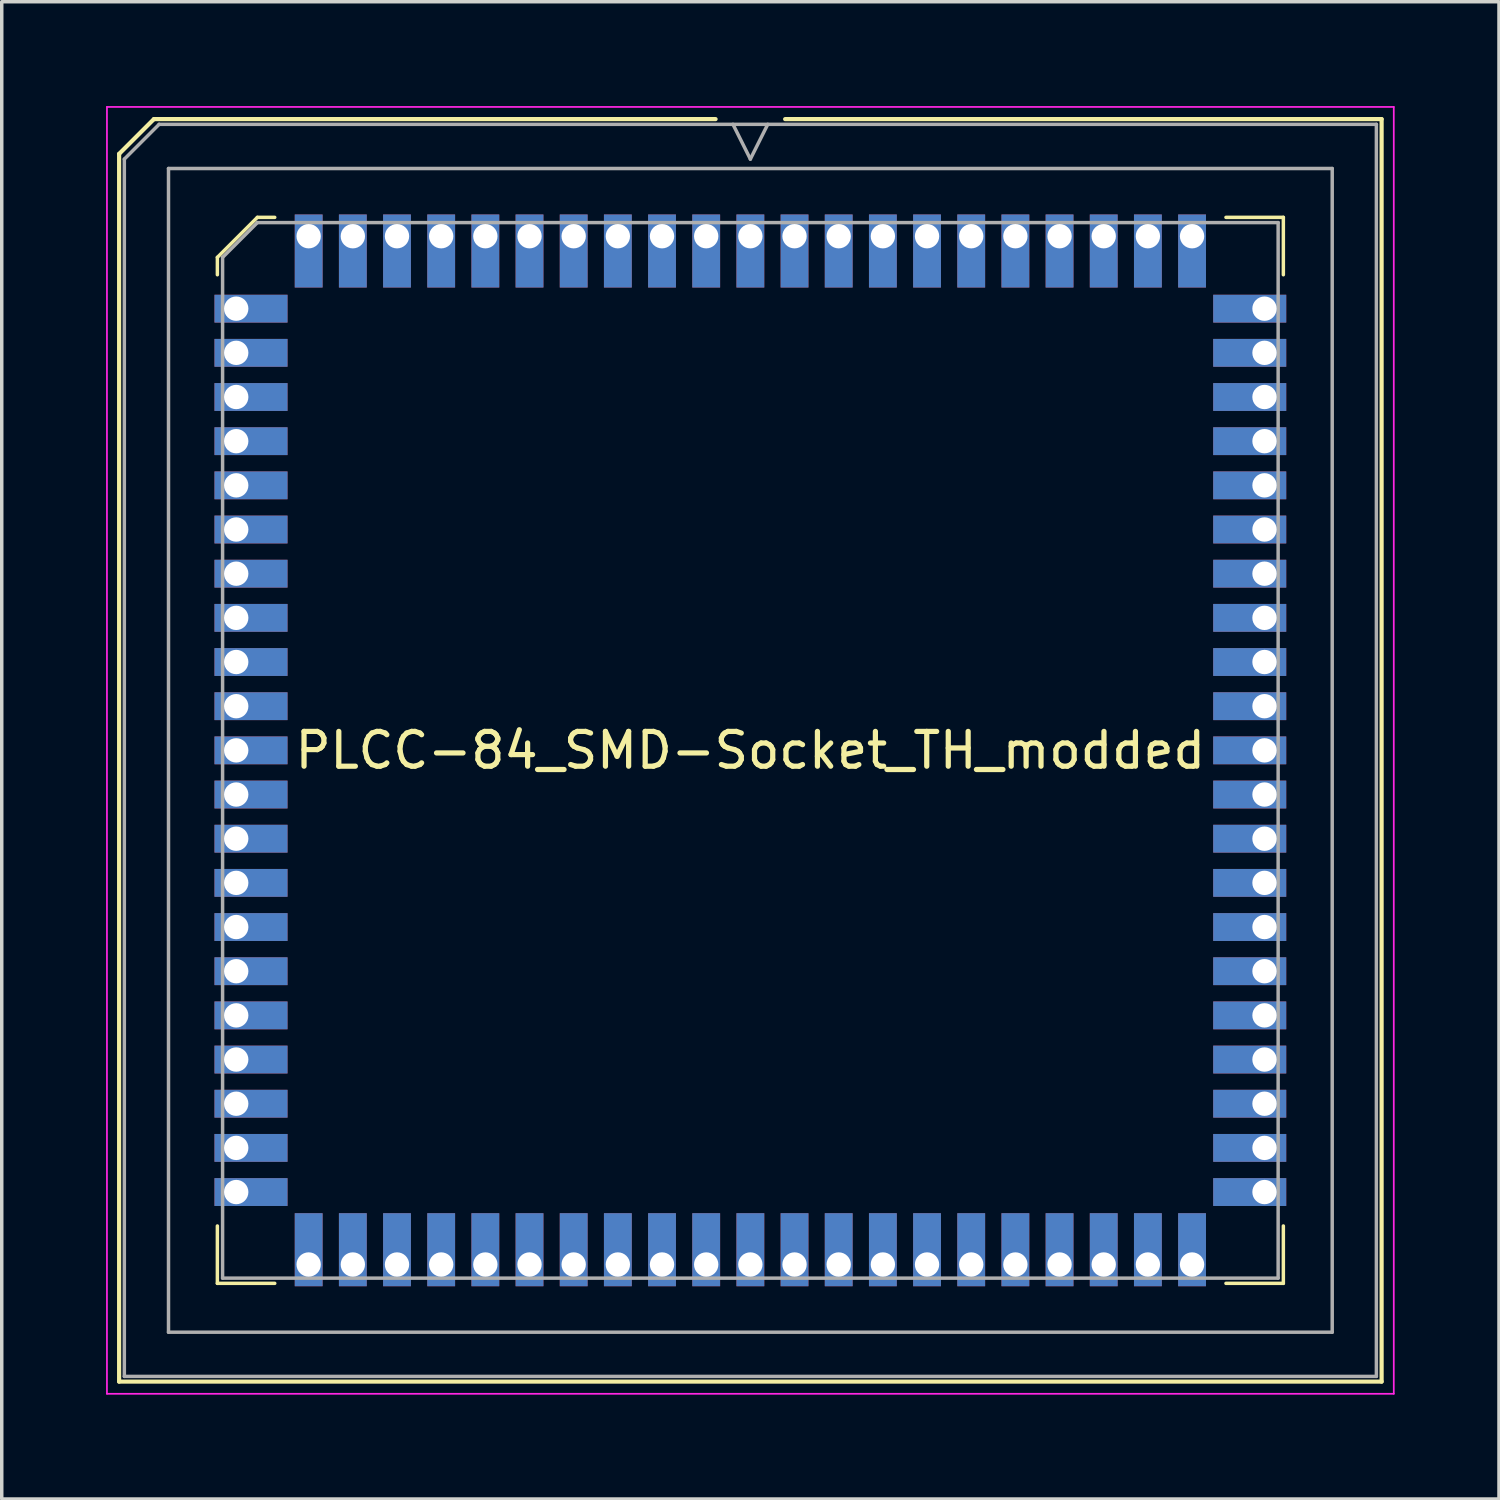
<source format=kicad_pcb>
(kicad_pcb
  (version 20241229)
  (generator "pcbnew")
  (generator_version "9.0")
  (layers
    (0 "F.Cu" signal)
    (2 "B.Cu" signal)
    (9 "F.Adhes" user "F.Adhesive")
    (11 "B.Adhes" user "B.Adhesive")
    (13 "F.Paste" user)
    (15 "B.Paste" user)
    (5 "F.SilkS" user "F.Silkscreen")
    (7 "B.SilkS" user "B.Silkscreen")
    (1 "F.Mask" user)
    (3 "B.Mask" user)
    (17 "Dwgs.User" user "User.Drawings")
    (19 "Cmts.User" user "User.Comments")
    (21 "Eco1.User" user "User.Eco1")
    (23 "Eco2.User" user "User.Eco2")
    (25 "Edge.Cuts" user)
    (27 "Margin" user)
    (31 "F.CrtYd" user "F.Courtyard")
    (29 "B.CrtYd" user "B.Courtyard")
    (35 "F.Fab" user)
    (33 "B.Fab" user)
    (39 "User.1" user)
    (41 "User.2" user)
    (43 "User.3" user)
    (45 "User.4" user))
  (footprint "PLCC-84_SMD-Socket_TH_modded"
    (layer "F.Cu")
    (at 18.525 18.525)
    (property "Reference" "PLCC-84_SMD-Socket_TH_modded" (at 0 0 0) (unlocked yes) (layer "F.SilkS") (effects (font (size 1 1) (thickness 0.15))))
    (attr smd)
    (fp_line (start -18.15 -17.15) (end -18.15 18.15) (stroke (width 0.12) (type solid)) (layer "F.SilkS"))
    (fp_line (start -18.15 18.15) (end 18.15 18.15) (stroke (width 0.12) (type solid)) (layer "F.SilkS"))
    (fp_line (start -17.15 -18.15) (end -18.15 -17.15) (stroke (width 0.12) (type solid)) (layer "F.SilkS"))
    (fp_line (start -15.325 -14.175) (end -15.325 -13.675) (stroke (width 0.1) (type solid)) (layer "F.SilkS"))
    (fp_line (start -15.325 15.325) (end -15.325 13.675) (stroke (width 0.1) (type solid)) (layer "F.SilkS"))
    (fp_line (start -14.175 -15.325) (end -15.325 -14.175) (stroke (width 0.1) (type solid)) (layer "F.SilkS"))
    (fp_line (start -13.675 -15.325) (end -14.175 -15.325) (stroke (width 0.1) (type solid)) (layer "F.SilkS"))
    (fp_line (start -13.675 15.325) (end -15.325 15.325) (stroke (width 0.1) (type solid)) (layer "F.SilkS"))
    (fp_line (start -1 -18.15) (end -17.15 -18.15) (stroke (width 0.12) (type solid)) (layer "F.SilkS"))
    (fp_line (start 13.675 -15.325) (end 15.325 -15.325) (stroke (width 0.1) (type solid)) (layer "F.SilkS"))
    (fp_line (start 13.675 15.325) (end 15.325 15.325) (stroke (width 0.1) (type solid)) (layer "F.SilkS"))
    (fp_line (start 15.325 -15.325) (end 15.325 -13.675) (stroke (width 0.1) (type solid)) (layer "F.SilkS"))
    (fp_line (start 15.325 15.325) (end 15.325 13.675) (stroke (width 0.1) (type solid)) (layer "F.SilkS"))
    (fp_line (start 18.15 -18.15) (end 1 -18.15) (stroke (width 0.12) (type solid)) (layer "F.SilkS"))
    (fp_line (start 18.15 18.15) (end 18.15 -18.15) (stroke (width 0.12) (type solid)) (layer "F.SilkS"))
    (fp_line (start -18.5 -18.5) (end -18.5 18.5) (stroke (width 0.05) (type solid)) (layer "F.CrtYd"))
    (fp_line (start -18.5 18.5) (end 18.5 18.5) (stroke (width 0.05) (type solid)) (layer "F.CrtYd"))
    (fp_line (start 18.5 -18.5) (end -18.5 -18.5) (stroke (width 0.05) (type solid)) (layer "F.CrtYd"))
    (fp_line (start 18.5 18.5) (end 18.5 -18.5) (stroke (width 0.05) (type solid)) (layer "F.CrtYd"))
    (fp_line (start -18 -17) (end -18 18) (stroke (width 0.1) (type solid)) (layer "F.Fab"))
    (fp_line (start -18 18) (end 18 18) (stroke (width 0.1) (type solid)) (layer "F.Fab"))
    (fp_line (start -17 -18) (end -18 -17) (stroke (width 0.1) (type solid)) (layer "F.Fab"))
    (fp_line (start -16.73 -16.73) (end -16.73 16.73) (stroke (width 0.1) (type solid)) (layer "F.Fab"))
    (fp_line (start -16.73 16.73) (end 16.73 16.73) (stroke (width 0.1) (type solid)) (layer "F.Fab"))
    (fp_line (start -15.175 -14.175) (end -15.175 15.175) (stroke (width 0.1) (type solid)) (layer "F.Fab"))
    (fp_line (start -15.175 15.175) (end 15.175 15.175) (stroke (width 0.1) (type solid)) (layer "F.Fab"))
    (fp_line (start -14.175 -15.175) (end -15.175 -14.175) (stroke (width 0.1) (type solid)) (layer "F.Fab"))
    (fp_line (start -0.5 -18) (end 0 -17) (stroke (width 0.1) (type solid)) (layer "F.Fab"))
    (fp_line (start 0 -17) (end 0.5 -18) (stroke (width 0.1) (type solid)) (layer "F.Fab"))
    (fp_line (start 15.175 -15.175) (end -14.175 -15.175) (stroke (width 0.1) (type solid)) (layer "F.Fab"))
    (fp_line (start 15.175 15.175) (end 15.175 -15.175) (stroke (width 0.1) (type solid)) (layer "F.Fab"))
    (fp_line (start 16.73 -16.73) (end -16.73 -16.73) (stroke (width 0.1) (type solid)) (layer "F.Fab"))
    (fp_line (start 16.73 16.73) (end 16.73 -16.73) (stroke (width 0.1) (type solid)) (layer "F.Fab"))
    (fp_line (start 18 -18) (end -17 -18) (stroke (width 0.1) (type solid)) (layer "F.Fab"))
    (fp_line (start 18 18) (end 18 -18) (stroke (width 0.1) (type solid)) (layer "F.Fab"))
    (pad "1" thru_hole rect (at 0 -14.783) (size 0.8 2.1) (drill 0.7 (offset 0 0.425)) (layers "*.Cu" "*.Mask"))
    (pad "2" thru_hole rect (at -1.27 -14.783) (size 0.8 2.1) (drill 0.7 (offset 0 0.425)) (layers "*.Cu" "*.Mask"))
    (pad "3" thru_hole rect (at -2.54 -14.783) (size 0.8 2.1) (drill 0.7 (offset 0 0.425)) (layers "*.Cu" "*.Mask"))
    (pad "4" thru_hole rect (at -3.81 -14.783) (size 0.8 2.1) (drill 0.7 (offset 0 0.425)) (layers "*.Cu" "*.Mask"))
    (pad "5" thru_hole rect (at -5.08 -14.783) (size 0.8 2.1) (drill 0.7 (offset 0 0.425)) (layers "*.Cu" "*.Mask"))
    (pad "6" thru_hole rect (at -6.35 -14.783) (size 0.8 2.1) (drill 0.7 (offset 0 0.425)) (layers "*.Cu" "*.Mask"))
    (pad "7" thru_hole rect (at -7.62 -14.783) (size 0.8 2.1) (drill 0.7 (offset 0 0.425)) (layers "*.Cu" "*.Mask"))
    (pad "8" thru_hole rect (at -8.89 -14.783) (size 0.8 2.1) (drill 0.7 (offset 0 0.425)) (layers "*.Cu" "*.Mask"))
    (pad "9" thru_hole rect (at -10.16 -14.783) (size 0.8 2.1) (drill 0.7 (offset 0 0.425)) (layers "*.Cu" "*.Mask"))
    (pad "10" thru_hole rect (at -11.43 -14.783) (size 0.8 2.1) (drill 0.7 (offset 0 0.425)) (layers "*.Cu" "*.Mask"))
    (pad "11" thru_hole rect (at -12.7 -14.783) (size 0.8 2.1) (drill 0.7 (offset 0 0.425)) (layers "*.Cu" "*.Mask"))
    (pad "12" thru_hole rect (at -14.783 -12.7) (size 2.1 0.8) (drill 0.7 (offset 0.425 0)) (layers "*.Cu" "*.Mask"))
    (pad "13" thru_hole rect (at -14.783 -11.43) (size 2.1 0.8) (drill 0.7 (offset 0.425 0)) (layers "*.Cu" "*.Mask"))
    (pad "14" thru_hole rect (at -14.783 -10.16) (size 2.1 0.8) (drill 0.7 (offset 0.425 0)) (layers "*.Cu" "*.Mask"))
    (pad "15" thru_hole rect (at -14.783 -8.89) (size 2.1 0.8) (drill 0.7 (offset 0.425 0)) (layers "*.Cu" "*.Mask"))
    (pad "16" thru_hole rect (at -14.783 -7.62) (size 2.1 0.8) (drill 0.7 (offset 0.425 0)) (layers "*.Cu" "*.Mask"))
    (pad "17" thru_hole rect (at -14.783 -6.35) (size 2.1 0.8) (drill 0.7 (offset 0.425 0)) (layers "*.Cu" "*.Mask"))
    (pad "18" thru_hole rect (at -14.783 -5.08) (size 2.1 0.8) (drill 0.7 (offset 0.425 0)) (layers "*.Cu" "*.Mask"))
    (pad "19" thru_hole rect (at -14.783 -3.81) (size 2.1 0.8) (drill 0.7 (offset 0.425 0)) (layers "*.Cu" "*.Mask"))
    (pad "20" thru_hole rect (at -14.783 -2.54) (size 2.1 0.8) (drill 0.7 (offset 0.425 0)) (layers "*.Cu" "*.Mask"))
    (pad "21" thru_hole rect (at -14.783 -1.27) (size 2.1 0.8) (drill 0.7 (offset 0.425 0)) (layers "*.Cu" "*.Mask"))
    (pad "22" thru_hole rect (at -14.783 0) (size 2.1 0.8) (drill 0.7 (offset 0.425 0)) (layers "*.Cu" "*.Mask"))
    (pad "23" thru_hole rect (at -14.783 1.27) (size 2.1 0.8) (drill 0.7 (offset 0.425 0)) (layers "*.Cu" "*.Mask"))
    (pad "24" thru_hole rect (at -14.783 2.54) (size 2.1 0.8) (drill 0.7 (offset 0.425 0)) (layers "*.Cu" "*.Mask"))
    (pad "25" thru_hole rect (at -14.783 3.81) (size 2.1 0.8) (drill 0.7 (offset 0.425 0)) (layers "*.Cu" "*.Mask"))
    (pad "26" thru_hole rect (at -14.783 5.08) (size 2.1 0.8) (drill 0.7 (offset 0.425 0)) (layers "*.Cu" "*.Mask"))
    (pad "27" thru_hole rect (at -14.783 6.35) (size 2.1 0.8) (drill 0.7 (offset 0.425 0)) (layers "*.Cu" "*.Mask"))
    (pad "28" thru_hole rect (at -14.783 7.62) (size 2.1 0.8) (drill 0.7 (offset 0.425 0)) (layers "*.Cu" "*.Mask"))
    (pad "29" thru_hole rect (at -14.783 8.89) (size 2.1 0.8) (drill 0.7 (offset 0.425 0)) (layers "*.Cu" "*.Mask"))
    (pad "30" thru_hole rect (at -14.783 10.16) (size 2.1 0.8) (drill 0.7 (offset 0.425 0)) (layers "*.Cu" "*.Mask"))
    (pad "31" thru_hole rect (at -14.783 11.43) (size 2.1 0.8) (drill 0.7 (offset 0.425 0)) (layers "*.Cu" "*.Mask"))
    (pad "32" thru_hole rect (at -14.783 12.7) (size 2.1 0.8) (drill 0.7 (offset 0.425 0)) (layers "*.Cu" "*.Mask"))
    (pad "33" thru_hole rect (at -12.7 14.783) (size 0.8 2.1) (drill 0.7 (offset 0 -0.425)) (layers "*.Cu" "*.Mask"))
    (pad "34" thru_hole rect (at -11.43 14.783) (size 0.8 2.1) (drill 0.7 (offset 0 -0.425)) (layers "*.Cu" "*.Mask"))
    (pad "35" thru_hole rect (at -10.16 14.783) (size 0.8 2.1) (drill 0.7 (offset 0 -0.425)) (layers "*.Cu" "*.Mask"))
    (pad "36" thru_hole rect (at -8.89 14.783) (size 0.8 2.1) (drill 0.7 (offset 0 -0.425)) (layers "*.Cu" "*.Mask"))
    (pad "37" thru_hole rect (at -7.62 14.783) (size 0.8 2.1) (drill 0.7 (offset 0 -0.425)) (layers "*.Cu" "*.Mask"))
    (pad "38" thru_hole rect (at -6.35 14.783) (size 0.8 2.1) (drill 0.7 (offset 0 -0.425)) (layers "*.Cu" "*.Mask"))
    (pad "39" thru_hole rect (at -5.08 14.783) (size 0.8 2.1) (drill 0.7 (offset 0 -0.425)) (layers "*.Cu" "*.Mask"))
    (pad "40" thru_hole rect (at -3.81 14.783) (size 0.8 2.1) (drill 0.7 (offset 0 -0.425)) (layers "*.Cu" "*.Mask"))
    (pad "41" thru_hole rect (at -2.54 14.783) (size 0.8 2.1) (drill 0.7 (offset 0 -0.425)) (layers "*.Cu" "*.Mask"))
    (pad "42" thru_hole rect (at -1.27 14.783) (size 0.8 2.1) (drill 0.7 (offset 0 -0.425)) (layers "*.Cu" "*.Mask"))
    (pad "43" thru_hole rect (at 0 14.783) (size 0.8 2.1) (drill 0.7 (offset 0 -0.425)) (layers "*.Cu" "*.Mask"))
    (pad "44" thru_hole rect (at 1.27 14.783) (size 0.8 2.1) (drill 0.7 (offset 0 -0.425)) (layers "*.Cu" "*.Mask"))
    (pad "45" thru_hole rect (at 2.54 14.783) (size 0.8 2.1) (drill 0.7 (offset 0 -0.425)) (layers "*.Cu" "*.Mask"))
    (pad "46" thru_hole rect (at 3.81 14.783) (size 0.8 2.1) (drill 0.7 (offset 0 -0.425)) (layers "*.Cu" "*.Mask"))
    (pad "47" thru_hole rect (at 5.08 14.783) (size 0.8 2.1) (drill 0.7 (offset 0 -0.425)) (layers "*.Cu" "*.Mask"))
    (pad "48" thru_hole rect (at 6.35 14.783) (size 0.8 2.1) (drill 0.7 (offset 0 -0.425)) (layers "*.Cu" "*.Mask"))
    (pad "49" thru_hole rect (at 7.62 14.783) (size 0.8 2.1) (drill 0.7 (offset 0 -0.425)) (layers "*.Cu" "*.Mask"))
    (pad "50" thru_hole rect (at 8.89 14.783) (size 0.8 2.1) (drill 0.7 (offset 0 -0.425)) (layers "*.Cu" "*.Mask"))
    (pad "51" thru_hole rect (at 10.16 14.783) (size 0.8 2.1) (drill 0.7 (offset 0 -0.425)) (layers "*.Cu" "*.Mask"))
    (pad "52" thru_hole rect (at 11.43 14.783) (size 0.8 2.1) (drill 0.7 (offset 0 -0.425)) (layers "*.Cu" "*.Mask"))
    (pad "53" thru_hole rect (at 12.7 14.783) (size 0.8 2.1) (drill 0.7 (offset 0 -0.425)) (layers "*.Cu" "*.Mask"))
    (pad "54" thru_hole rect (at 14.783 12.7) (size 2.1 0.8) (drill 0.7 (offset -0.425 0)) (layers "*.Cu" "*.Mask"))
    (pad "55" thru_hole rect (at 14.783 11.43) (size 2.1 0.8) (drill 0.7 (offset -0.425 0)) (layers "*.Cu" "*.Mask"))
    (pad "56" thru_hole rect (at 14.783 10.16) (size 2.1 0.8) (drill 0.7 (offset -0.425 0)) (layers "*.Cu" "*.Mask"))
    (pad "57" thru_hole rect (at 14.783 8.89) (size 2.1 0.8) (drill 0.7 (offset -0.425 0)) (layers "*.Cu" "*.Mask"))
    (pad "58" thru_hole rect (at 14.783 7.62) (size 2.1 0.8) (drill 0.7 (offset -0.425 0)) (layers "*.Cu" "*.Mask"))
    (pad "59" thru_hole rect (at 14.783 6.35) (size 2.1 0.8) (drill 0.7 (offset -0.425 0)) (layers "*.Cu" "*.Mask"))
    (pad "60" thru_hole rect (at 14.783 5.08) (size 2.1 0.8) (drill 0.7 (offset -0.425 0)) (layers "*.Cu" "*.Mask"))
    (pad "61" thru_hole rect (at 14.783 3.81) (size 2.1 0.8) (drill 0.7 (offset -0.425 0)) (layers "*.Cu" "*.Mask"))
    (pad "62" thru_hole rect (at 14.783 2.54) (size 2.1 0.8) (drill 0.7 (offset -0.425 0)) (layers "*.Cu" "*.Mask"))
    (pad "63" thru_hole rect (at 14.783 1.27) (size 2.1 0.8) (drill 0.7 (offset -0.425 0)) (layers "*.Cu" "*.Mask"))
    (pad "64" thru_hole rect (at 14.783 0) (size 2.1 0.8) (drill 0.7 (offset -0.425 0)) (layers "*.Cu" "*.Mask"))
    (pad "65" thru_hole rect (at 14.783 -1.27) (size 2.1 0.8) (drill 0.7 (offset -0.425 0)) (layers "*.Cu" "*.Mask"))
    (pad "66" thru_hole rect (at 14.783 -2.54) (size 2.1 0.8) (drill 0.7 (offset -0.425 0)) (layers "*.Cu" "*.Mask"))
    (pad "67" thru_hole rect (at 14.783 -3.81) (size 2.1 0.8) (drill 0.7 (offset -0.425 0)) (layers "*.Cu" "*.Mask"))
    (pad "68" thru_hole rect (at 14.783 -5.08) (size 2.1 0.8) (drill 0.7 (offset -0.425 0)) (layers "*.Cu" "*.Mask"))
    (pad "69" thru_hole rect (at 14.783 -6.35) (size 2.1 0.8) (drill 0.7 (offset -0.425 0)) (layers "*.Cu" "*.Mask"))
    (pad "70" thru_hole rect (at 14.783 -7.62) (size 2.1 0.8) (drill 0.7 (offset -0.425 0)) (layers "*.Cu" "*.Mask"))
    (pad "71" thru_hole rect (at 14.783 -8.89) (size 2.1 0.8) (drill 0.7 (offset -0.425 0)) (layers "*.Cu" "*.Mask"))
    (pad "72" thru_hole rect (at 14.783 -10.16) (size 2.1 0.8) (drill 0.7 (offset -0.425 0)) (layers "*.Cu" "*.Mask"))
    (pad "73" thru_hole rect (at 14.783 -11.43) (size 2.1 0.8) (drill 0.7 (offset -0.425 0)) (layers "*.Cu" "*.Mask"))
    (pad "74" thru_hole rect (at 14.783 -12.7) (size 2.1 0.8) (drill 0.7 (offset -0.425 0)) (layers "*.Cu" "*.Mask"))
    (pad "75" thru_hole rect (at 12.7 -14.783) (size 0.8 2.1) (drill 0.7 (offset 0 0.425)) (layers "*.Cu" "*.Mask"))
    (pad "76" thru_hole rect (at 11.43 -14.783) (size 0.8 2.1) (drill 0.7 (offset 0 0.425)) (layers "*.Cu" "*.Mask"))
    (pad "77" thru_hole rect (at 10.16 -14.783) (size 0.8 2.1) (drill 0.7 (offset 0 0.425)) (layers "*.Cu" "*.Mask"))
    (pad "78" thru_hole rect (at 8.89 -14.783) (size 0.8 2.1) (drill 0.7 (offset 0 0.425)) (layers "*.Cu" "*.Mask"))
    (pad "79" thru_hole rect (at 7.62 -14.783) (size 0.8 2.1) (drill 0.7 (offset 0 0.425)) (layers "*.Cu" "*.Mask"))
    (pad "80" thru_hole rect (at 6.35 -14.783) (size 0.8 2.1) (drill 0.7 (offset 0 0.425)) (layers "*.Cu" "*.Mask"))
    (pad "81" thru_hole rect (at 5.08 -14.783) (size 0.8 2.1) (drill 0.7 (offset 0 0.425)) (layers "*.Cu" "*.Mask"))
    (pad "82" thru_hole rect (at 3.81 -14.783) (size 0.8 2.1) (drill 0.7 (offset 0 0.425)) (layers "*.Cu" "*.Mask"))
    (pad "83" thru_hole rect (at 2.54 -14.783) (size 0.8 2.1) (drill 0.7 (offset 0 0.425)) (layers "*.Cu" "*.Mask"))
    (pad "84" thru_hole rect (at 1.27 -14.783) (size 0.8 2.1) (drill 0.7 (offset 0 0.425)) (layers "*.Cu" "*.Mask")))
  (gr_rect
    (start -3 -3)
    (end 40.05 40.05)
    (stroke (width 0.1) (type default))
    (fill no)
    (layer "Edge.Cuts")))
</source>
